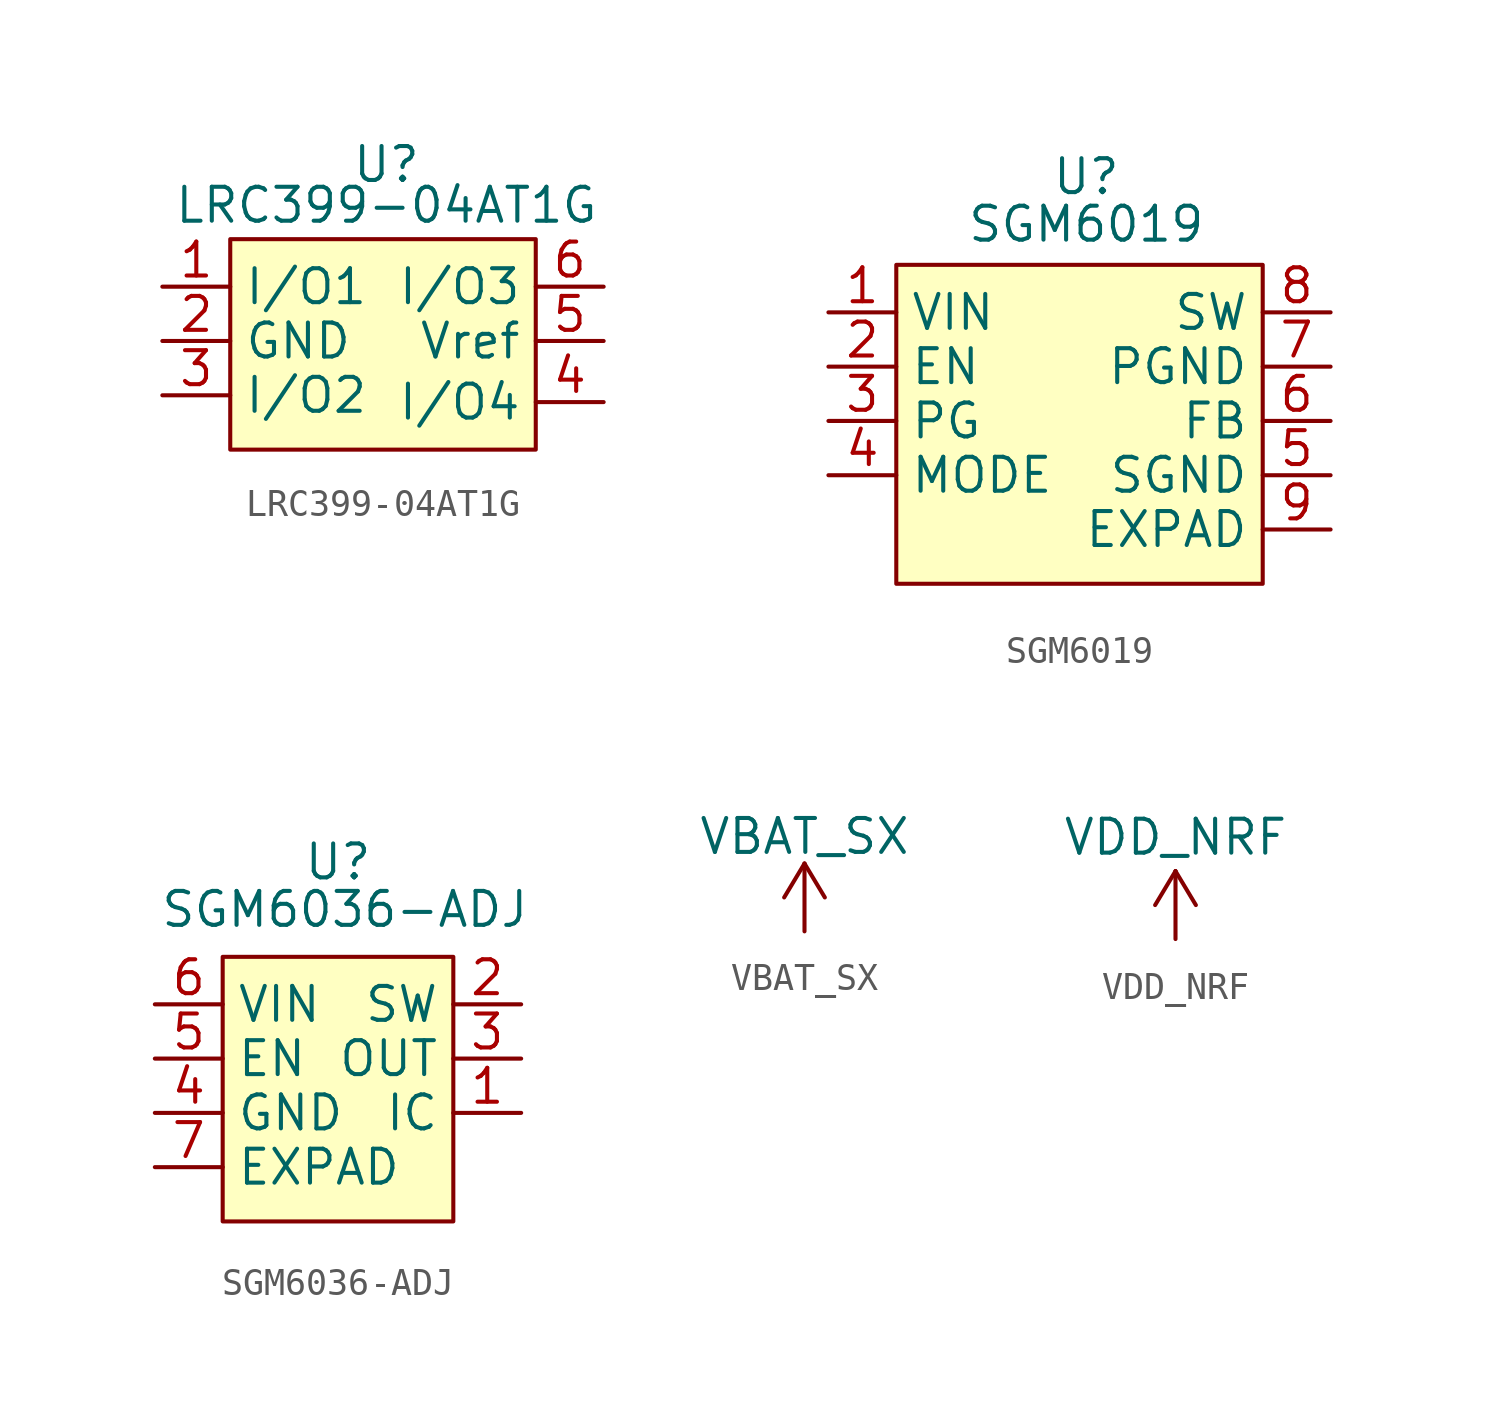
<source format=kicad_sym>
(kicad_symbol_lib
  (version 20211014)
  (generator kicad_symbol_editor)
  (symbol "LRC399-04AT1G"
    (property "Reference" "U"
      (at 0 2.794 0)
      (effects (font (size 1.27 1.27))))
    (property "Value" "LRC399-04AT1G"
      (at 0 1.27 0)
      (effects (font (size 1.27 1.27))))
    (symbol "LRC399-04AT1G_0_1"
      (rectangle (start -5.842 0) (end 5.588 -7.874) (stroke (width 0) (type default) (color 0 0 0 0)) (fill (type background))))
    (symbol "LRC399-04AT1G_1_1"
      (pin unspecified line (at -8.382 -1.778 0) (length 2.54) (name "I/O1" (effects (font (size 1.27 1.27)))) (number "1" (effects (font (size 1.27 1.27)))))
      (pin unspecified line (at -8.382 -3.81 0) (length 2.54) (name "GND" (effects (font (size 1.27 1.27)))) (number "2" (effects (font (size 1.27 1.27)))))
      (pin unspecified line (at -8.382 -5.842 0) (length 2.54) (name "I/O2" (effects (font (size 1.27 1.27)))) (number "3" (effects (font (size 1.27 1.27)))))
      (pin unspecified line (at 8.128 -6.096 180) (length 2.54) (name "I/O4" (effects (font (size 1.27 1.27)))) (number "4" (effects (font (size 1.27 1.27)))))
      (pin unspecified line (at 8.128 -3.81 180) (length 2.54) (name "Vref" (effects (font (size 1.27 1.27)))) (number "5" (effects (font (size 1.27 1.27)))))
      (pin unspecified line (at 8.128 -1.778 180) (length 2.54) (name "I/O3" (effects (font (size 1.27 1.27)))) (number "6" (effects (font (size 1.27 1.27)))))))
  (symbol "SGM6019"
    (property "Reference" "U"
      (at 0 3.302 0)
      (effects (font (size 1.27 1.27))))
    (property "Value" "SGM6019"
      (at 0 1.524 0)
      (effects (font (size 1.27 1.27))))
    (symbol "SGM6019_0_1"
      (rectangle (start -7.112 0) (end 6.604 -11.938) (stroke (width 0) (type default) (color 0 0 0 0)) (fill (type background))))
    (symbol "SGM6019_1_1"
      (pin unspecified line (at -9.652 -1.778 0) (length 2.54) (name "VIN" (effects (font (size 1.27 1.27)))) (number "1" (effects (font (size 1.27 1.27)))))
      (pin unspecified line (at -9.652 -3.81 0) (length 2.54) (name "EN" (effects (font (size 1.27 1.27)))) (number "2" (effects (font (size 1.27 1.27)))))
      (pin unspecified line (at -9.652 -5.842 0) (length 2.54) (name "PG" (effects (font (size 1.27 1.27)))) (number "3" (effects (font (size 1.27 1.27)))))
      (pin unspecified line (at -9.652 -7.874 0) (length 2.54) (name "MODE" (effects (font (size 1.27 1.27)))) (number "4" (effects (font (size 1.27 1.27)))))
      (pin unspecified line (at 9.144 -7.874 180) (length 2.54) (name "SGND" (effects (font (size 1.27 1.27)))) (number "5" (effects (font (size 1.27 1.27)))))
      (pin unspecified line (at 9.144 -5.842 180) (length 2.54) (name "FB" (effects (font (size 1.27 1.27)))) (number "6" (effects (font (size 1.27 1.27)))))
      (pin unspecified line (at 9.144 -3.81 180) (length 2.54) (name "PGND" (effects (font (size 1.27 1.27)))) (number "7" (effects (font (size 1.27 1.27)))))
      (pin unspecified line (at 9.144 -1.778 180) (length 2.54) (name "SW" (effects (font (size 1.27 1.27)))) (number "8" (effects (font (size 1.27 1.27)))))
      (pin unspecified line (at 9.144 -9.906 180) (length 2.54) (name "EXPAD" (effects (font (size 1.27 1.27)))) (number "9" (effects (font (size 1.27 1.27)))))))
  (symbol "SGM6036-ADJ"
    (property "Reference" "U"
      (at 0 3.556 0)
      (effects (font (size 1.27 1.27))))
    (property "Value" "SGM6036-ADJ"
      (at 0.254 1.778 0)
      (effects (font (size 1.27 1.27))))
    (symbol "SGM6036-ADJ_0_1"
      (rectangle (start -4.318 0) (end 4.318 -9.906) (stroke (width 0) (type default) (color 0 0 0 0)) (fill (type background))))
    (symbol "SGM6036-ADJ_1_1"
      (pin unspecified line (at 6.858 -5.842 180) (length 2.54) (name "IC" (effects (font (size 1.27 1.27)))) (number "1" (effects (font (size 1.27 1.27)))))
      (pin unspecified line (at 6.858 -1.778 180) (length 2.54) (name "SW" (effects (font (size 1.27 1.27)))) (number "2" (effects (font (size 1.27 1.27)))))
      (pin unspecified line (at 6.858 -3.81 180) (length 2.54) (name "OUT" (effects (font (size 1.27 1.27)))) (number "3" (effects (font (size 1.27 1.27)))))
      (pin unspecified line (at -6.858 -5.842 0) (length 2.54) (name "GND" (effects (font (size 1.27 1.27)))) (number "4" (effects (font (size 1.27 1.27)))))
      (pin unspecified line (at -6.858 -3.81 0) (length 2.54) (name "EN" (effects (font (size 1.27 1.27)))) (number "5" (effects (font (size 1.27 1.27)))))
      (pin unspecified line (at -6.858 -1.778 0) (length 2.54) (name "VIN" (effects (font (size 1.27 1.27)))) (number "6" (effects (font (size 1.27 1.27)))))
      (pin unspecified line (at -6.858 -7.874 0) (length 2.54) (name "EXPAD" (effects (font (size 1.27 1.27)))) (number "7" (effects (font (size 1.27 1.27)))))))
  (symbol "VBAT_SX"
    (power)
    (pin_names
      (offset 0))
    (property "Reference" "#PWR"
      (at 0 -3.81 0)
      (effects (font (size 1.27 1.27)) hide))
    (property "Value" "VBAT_SX"
      (at 0 3.556 0)
      (effects (font (size 1.27 1.27))))
    (symbol "VBAT_SX_0_1"
      (polyline (pts (xy -0.762 1.27) (xy 0 2.54)) (stroke (width 0) (type default) (color 0 0 0 0)) (fill (type none)))
      (polyline (pts (xy 0 0) (xy 0 2.54)) (stroke (width 0) (type default) (color 0 0 0 0)) (fill (type none)))
      (polyline (pts (xy 0 2.54) (xy 0.762 1.27)) (stroke (width 0) (type default) (color 0 0 0 0)) (fill (type none))))
    (symbol "VBAT_SX_1_1"
      (pin power_in line (at 0 0 90) (length 0) hide (name "+BATT" (effects (font (size 1.27 1.27)))) (number "1" (effects (font (size 1.27 1.27)))))))
  (symbol "VDD_NRF"
    (power)
    (pin_names
      (offset 0))
    (property "Reference" "#PWR"
      (at 0 -3.81 0)
      (effects (font (size 1.27 1.27)) hide))
    (property "Value" "VDD_NRF"
      (at 0 3.81 0)
      (effects (font (size 1.27 1.27))))
    (symbol "VDD_NRF_0_1"
      (polyline (pts (xy -0.762 1.27) (xy 0 2.54)) (stroke (width 0) (type default) (color 0 0 0 0)) (fill (type none)))
      (polyline (pts (xy 0 0) (xy 0 2.54)) (stroke (width 0) (type default) (color 0 0 0 0)) (fill (type none)))
      (polyline (pts (xy 0 2.54) (xy 0.762 1.27)) (stroke (width 0) (type default) (color 0 0 0 0)) (fill (type none))))
    (symbol "VDD_NRF_1_1"
      (pin power_in line (at 0 0 90) (length 0) hide (name "VDD" (effects (font (size 1.27 1.27)))) (number "1" (effects (font (size 1.27 1.27))))))))
</source>
